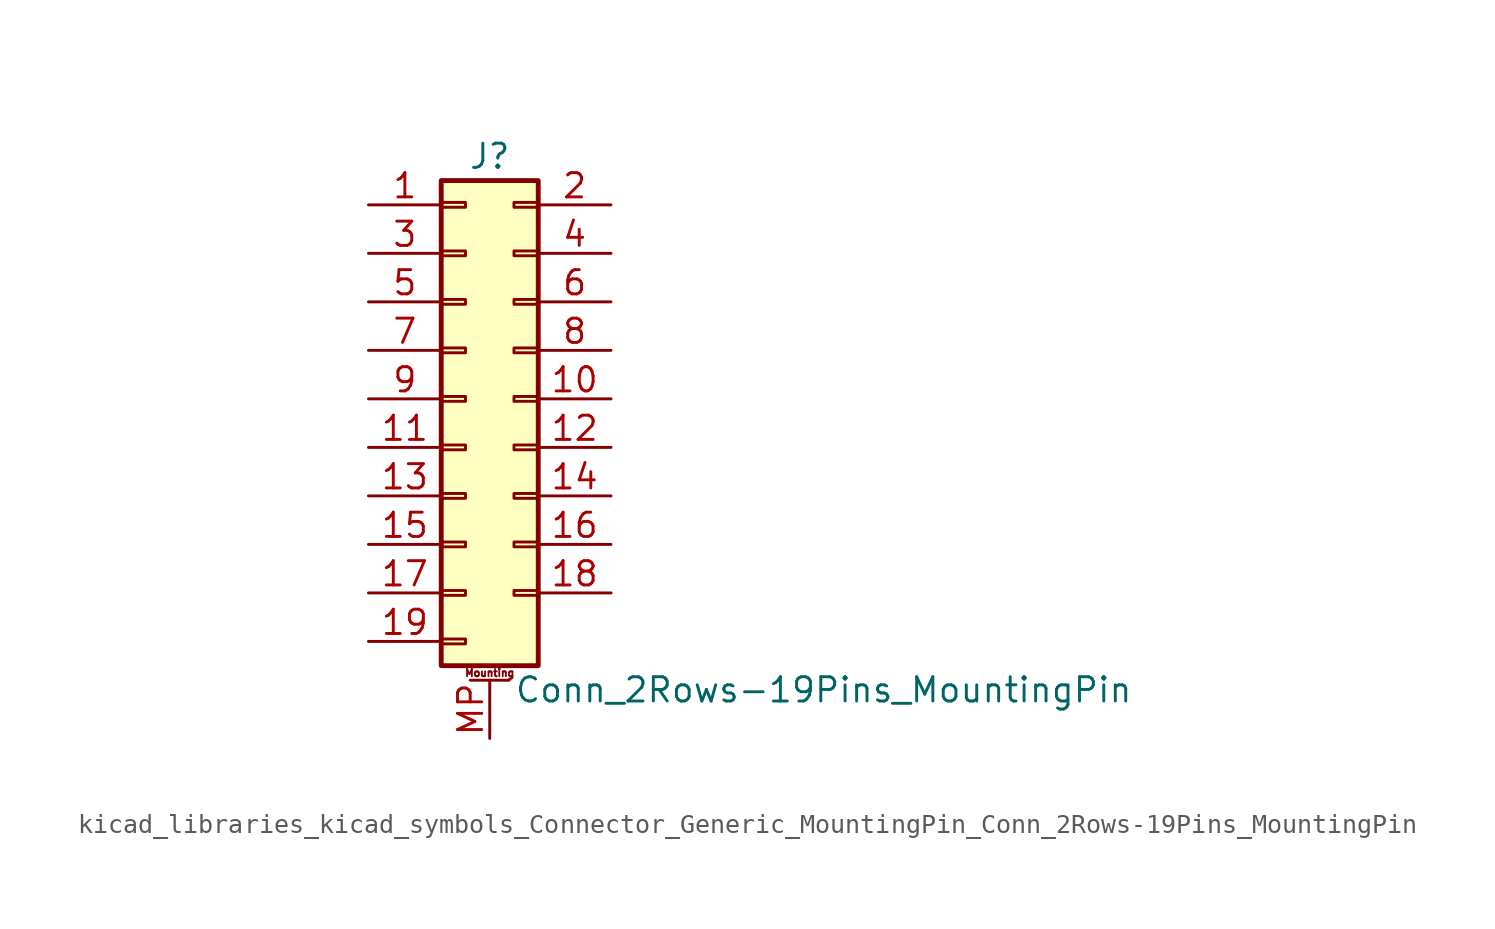
<source format=kicad_sym>
(kicad_symbol_lib
  (version 20220914)
  (generator kicad_symbol_editor)
  (symbol "kicad_libraries_kicad_symbols_Connector_Generic_MountingPin_Conn_2Rows-19Pins_MountingPin"
    (pin_names
      (offset 1.016) hide)
    (property "Reference" "J"
      (at 1.27 12.7 0)
      (effects (font (size 1.27 1.27))))
    (property "Value" "Conn_2Rows-19Pins_MountingPin"
      (at 2.54 -15.24 0)
      (effects (font (size 1.27 1.27)) (justify left)))
    (symbol "kicad_libraries_kicad_symbols_Connector_Generic_MountingPin_Conn_2Rows-19Pins_MountingPin_1_1"
      (rectangle (start -1.27 -12.573) (end 0 -12.827) (stroke (width 0.152) (type default)) (fill (type none)))
      (rectangle (start -1.27 -10.033) (end 0 -10.287) (stroke (width 0.152) (type default)) (fill (type none)))
      (rectangle (start -1.27 -7.493) (end 0 -7.747) (stroke (width 0.152) (type default)) (fill (type none)))
      (rectangle (start -1.27 -4.953) (end 0 -5.207) (stroke (width 0.152) (type default)) (fill (type none)))
      (rectangle (start -1.27 -2.413) (end 0 -2.667) (stroke (width 0.152) (type default)) (fill (type none)))
      (rectangle (start -1.27 0.127) (end 0 -0.127) (stroke (width 0.152) (type default)) (fill (type none)))
      (rectangle (start -1.27 2.667) (end 0 2.413) (stroke (width 0.152) (type default)) (fill (type none)))
      (rectangle (start -1.27 5.207) (end 0 4.953) (stroke (width 0.152) (type default)) (fill (type none)))
      (rectangle (start -1.27 7.747) (end 0 7.493) (stroke (width 0.152) (type default)) (fill (type none)))
      (rectangle (start -1.27 10.287) (end 0 10.033) (stroke (width 0.152) (type default)) (fill (type none)))
      (rectangle (start -1.27 11.43) (end 3.81 -13.97) (stroke (width 0.254) (type default)) (fill (type background)))
      (polyline (pts (xy 0.254 -14.732) (xy 2.286 -14.732)) (stroke (width 0.152) (type default)) (fill (type none)))
      (rectangle (start 3.81 -10.033) (end 2.54 -10.287) (stroke (width 0.152) (type default)) (fill (type none)))
      (rectangle (start 3.81 -7.493) (end 2.54 -7.747) (stroke (width 0.152) (type default)) (fill (type none)))
      (rectangle (start 3.81 -4.953) (end 2.54 -5.207) (stroke (width 0.152) (type default)) (fill (type none)))
      (rectangle (start 3.81 -2.413) (end 2.54 -2.667) (stroke (width 0.152) (type default)) (fill (type none)))
      (rectangle (start 3.81 0.127) (end 2.54 -0.127) (stroke (width 0.152) (type default)) (fill (type none)))
      (rectangle (start 3.81 2.667) (end 2.54 2.413) (stroke (width 0.152) (type default)) (fill (type none)))
      (rectangle (start 3.81 5.207) (end 2.54 4.953) (stroke (width 0.152) (type default)) (fill (type none)))
      (rectangle (start 3.81 7.747) (end 2.54 7.493) (stroke (width 0.152) (type default)) (fill (type none)))
      (rectangle (start 3.81 10.287) (end 2.54 10.033) (stroke (width 0.152) (type default)) (fill (type none)))
      (text "Mounting" (at 1.27 -14.351 0) (effects (font (size 0.381 0.381))))
      (pin passive line (at -5.08 10.16 0) (length 3.81) (name "Pin_1" (effects (font (size 1.27 1.27)))) (number "1" (effects (font (size 1.27 1.27)))))
      (pin passive line (at 7.62 0 180) (length 3.81) (name "Pin_10" (effects (font (size 1.27 1.27)))) (number "10" (effects (font (size 1.27 1.27)))))
      (pin passive line (at -5.08 -2.54 0) (length 3.81) (name "Pin_11" (effects (font (size 1.27 1.27)))) (number "11" (effects (font (size 1.27 1.27)))))
      (pin passive line (at 7.62 -2.54 180) (length 3.81) (name "Pin_12" (effects (font (size 1.27 1.27)))) (number "12" (effects (font (size 1.27 1.27)))))
      (pin passive line (at -5.08 -5.08 0) (length 3.81) (name "Pin_13" (effects (font (size 1.27 1.27)))) (number "13" (effects (font (size 1.27 1.27)))))
      (pin passive line (at 7.62 -5.08 180) (length 3.81) (name "Pin_14" (effects (font (size 1.27 1.27)))) (number "14" (effects (font (size 1.27 1.27)))))
      (pin passive line (at -5.08 -7.62 0) (length 3.81) (name "Pin_15" (effects (font (size 1.27 1.27)))) (number "15" (effects (font (size 1.27 1.27)))))
      (pin passive line (at 7.62 -7.62 180) (length 3.81) (name "Pin_16" (effects (font (size 1.27 1.27)))) (number "16" (effects (font (size 1.27 1.27)))))
      (pin passive line (at -5.08 -10.16 0) (length 3.81) (name "Pin_17" (effects (font (size 1.27 1.27)))) (number "17" (effects (font (size 1.27 1.27)))))
      (pin passive line (at 7.62 -10.16 180) (length 3.81) (name "Pin_18" (effects (font (size 1.27 1.27)))) (number "18" (effects (font (size 1.27 1.27)))))
      (pin passive line (at -5.08 -12.7 0) (length 3.81) (name "Pin_19" (effects (font (size 1.27 1.27)))) (number "19" (effects (font (size 1.27 1.27)))))
      (pin passive line (at 7.62 10.16 180) (length 3.81) (name "Pin_2" (effects (font (size 1.27 1.27)))) (number "2" (effects (font (size 1.27 1.27)))))
      (pin passive line (at -5.08 7.62 0) (length 3.81) (name "Pin_3" (effects (font (size 1.27 1.27)))) (number "3" (effects (font (size 1.27 1.27)))))
      (pin passive line (at 7.62 7.62 180) (length 3.81) (name "Pin_4" (effects (font (size 1.27 1.27)))) (number "4" (effects (font (size 1.27 1.27)))))
      (pin passive line (at -5.08 5.08 0) (length 3.81) (name "Pin_5" (effects (font (size 1.27 1.27)))) (number "5" (effects (font (size 1.27 1.27)))))
      (pin passive line (at 7.62 5.08 180) (length 3.81) (name "Pin_6" (effects (font (size 1.27 1.27)))) (number "6" (effects (font (size 1.27 1.27)))))
      (pin passive line (at -5.08 2.54 0) (length 3.81) (name "Pin_7" (effects (font (size 1.27 1.27)))) (number "7" (effects (font (size 1.27 1.27)))))
      (pin passive line (at 7.62 2.54 180) (length 3.81) (name "Pin_8" (effects (font (size 1.27 1.27)))) (number "8" (effects (font (size 1.27 1.27)))))
      (pin passive line (at -5.08 0 0) (length 3.81) (name "Pin_9" (effects (font (size 1.27 1.27)))) (number "9" (effects (font (size 1.27 1.27)))))
      (pin passive line (at 1.27 -17.78 90) (length 3.048) (name "MountPin" (effects (font (size 1.27 1.27)))) (number "MP" (effects (font (size 1.27 1.27))))))))
</source>
